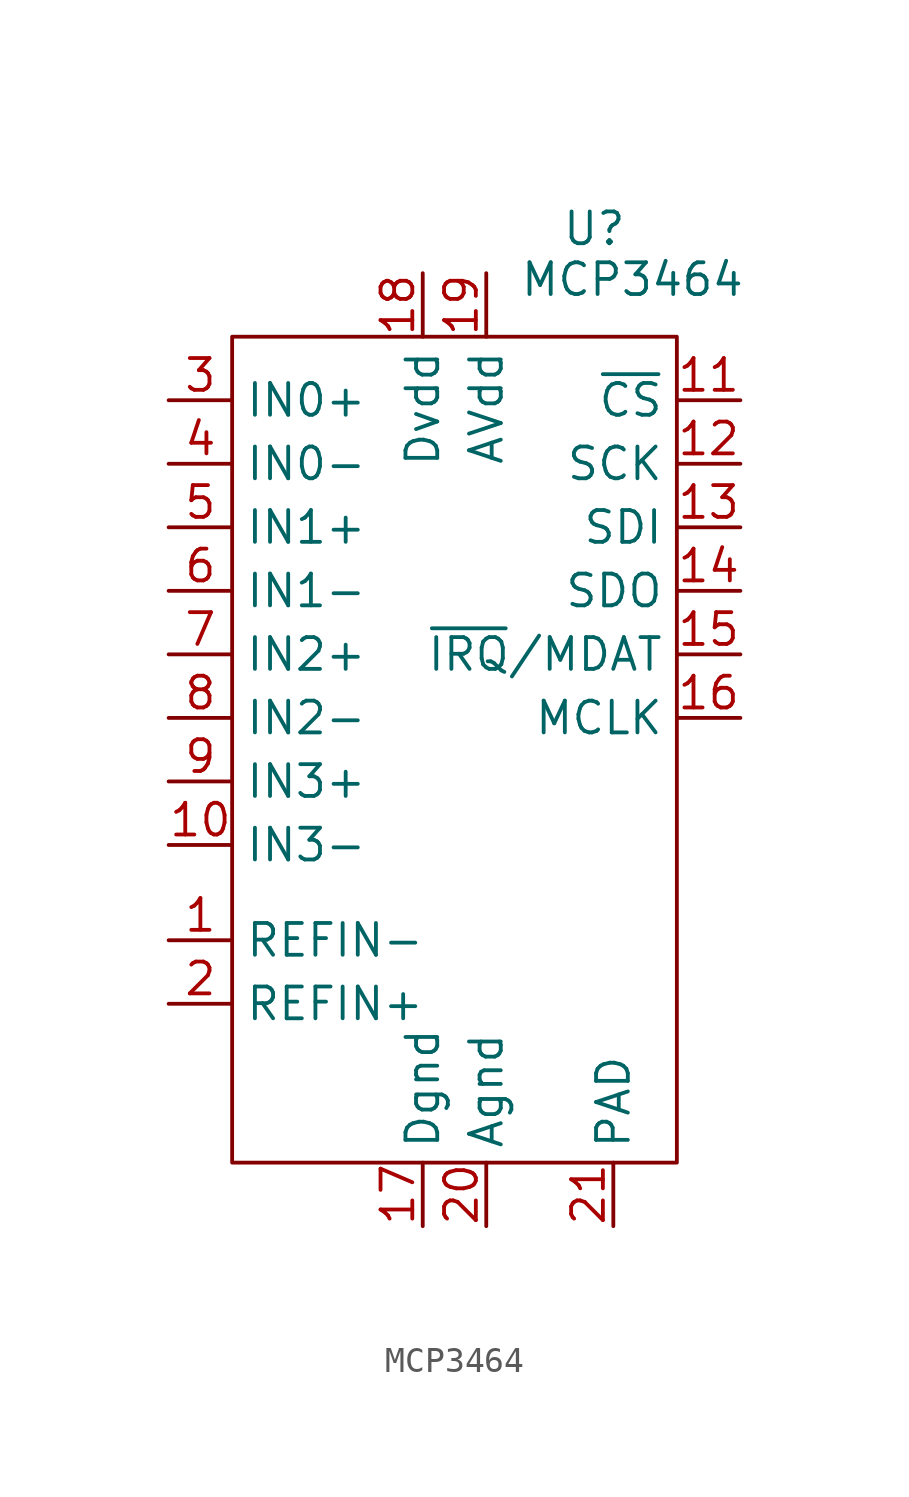
<source format=kicad_sym>
(kicad_symbol_lib
  (version 20231120)
  (generator "kicad_symbol_editor")
  (generator_version "8.0")
  (symbol "MCP3464"
    (property "Reference" "U"
      (at 5.588 19.558 0)
      (effects (font (size 1.27 1.27))))
    (property "Value" "MCP3464"
      (at 7.112 17.526 0)
      (effects (font (size 1.27 1.27))))
    (symbol "MCP3464_0_1"
      (rectangle (start -8.89 15.24) (end 8.89 -17.78) (stroke (width 0) (type default)) (fill (type none))))
    (symbol "MCP3464_1_1"
      (pin input line (at -11.43 -8.89 0) (length 2.54) (name "REFIN-" (effects (font (size 1.27 1.27)))) (number "1" (effects (font (size 1.27 1.27)))))
      (pin input line (at -11.43 -5.08 0) (length 2.54) (name "IN3-" (effects (font (size 1.27 1.27)))) (number "10" (effects (font (size 1.27 1.27)))))
      (pin input line (at 11.43 12.7 180) (length 2.54) (name "~{CS}" (effects (font (size 1.27 1.27)))) (number "11" (effects (font (size 1.27 1.27)))))
      (pin input line (at 11.43 10.16 180) (length 2.54) (name "SCK" (effects (font (size 1.27 1.27)))) (number "12" (effects (font (size 1.27 1.27)))))
      (pin input line (at 11.43 7.62 180) (length 2.54) (name "SDI" (effects (font (size 1.27 1.27)))) (number "13" (effects (font (size 1.27 1.27)))))
      (pin input line (at 11.43 5.08 180) (length 2.54) (name "SDO" (effects (font (size 1.27 1.27)))) (number "14" (effects (font (size 1.27 1.27)))))
      (pin input line (at 11.43 2.54 180) (length 2.54) (name "~{IRQ}/MDAT" (effects (font (size 1.27 1.27)))) (number "15" (effects (font (size 1.27 1.27)))))
      (pin input line (at 11.43 0 180) (length 2.54) (name "MCLK" (effects (font (size 1.27 1.27)))) (number "16" (effects (font (size 1.27 1.27)))))
      (pin input line (at -1.27 -20.32 90) (length 2.54) (name "Dgnd" (effects (font (size 1.27 1.27)))) (number "17" (effects (font (size 1.27 1.27)))))
      (pin input line (at -1.27 17.78 270) (length 2.54) (name "Dvdd" (effects (font (size 1.27 1.27)))) (number "18" (effects (font (size 1.27 1.27)))))
      (pin input line (at 1.27 17.78 270) (length 2.54) (name "AVdd" (effects (font (size 1.27 1.27)))) (number "19" (effects (font (size 1.27 1.27)))))
      (pin input line (at -11.43 -11.43 0) (length 2.54) (name "REFIN+" (effects (font (size 1.27 1.27)))) (number "2" (effects (font (size 1.27 1.27)))))
      (pin input line (at 1.27 -20.32 90) (length 2.54) (name "Agnd" (effects (font (size 1.27 1.27)))) (number "20" (effects (font (size 1.27 1.27)))))
      (pin input line (at 6.35 -20.32 90) (length 2.54) (name "PAD" (effects (font (size 1.27 1.27)))) (number "21" (effects (font (size 1.27 1.27)))))
      (pin input line (at -11.43 12.7 0) (length 2.54) (name "IN0+" (effects (font (size 1.27 1.27)))) (number "3" (effects (font (size 1.27 1.27)))))
      (pin input line (at -11.43 10.16 0) (length 2.54) (name "IN0-" (effects (font (size 1.27 1.27)))) (number "4" (effects (font (size 1.27 1.27)))))
      (pin input line (at -11.43 7.62 0) (length 2.54) (name "IN1+" (effects (font (size 1.27 1.27)))) (number "5" (effects (font (size 1.27 1.27)))))
      (pin input line (at -11.43 5.08 0) (length 2.54) (name "IN1-" (effects (font (size 1.27 1.27)))) (number "6" (effects (font (size 1.27 1.27)))))
      (pin input line (at -11.43 2.54 0) (length 2.54) (name "IN2+" (effects (font (size 1.27 1.27)))) (number "7" (effects (font (size 1.27 1.27)))))
      (pin input line (at -11.43 0 0) (length 2.54) (name "IN2-" (effects (font (size 1.27 1.27)))) (number "8" (effects (font (size 1.27 1.27)))))
      (pin input line (at -11.43 -2.54 0) (length 2.54) (name "IN3+" (effects (font (size 1.27 1.27)))) (number "9" (effects (font (size 1.27 1.27))))))))
</source>
